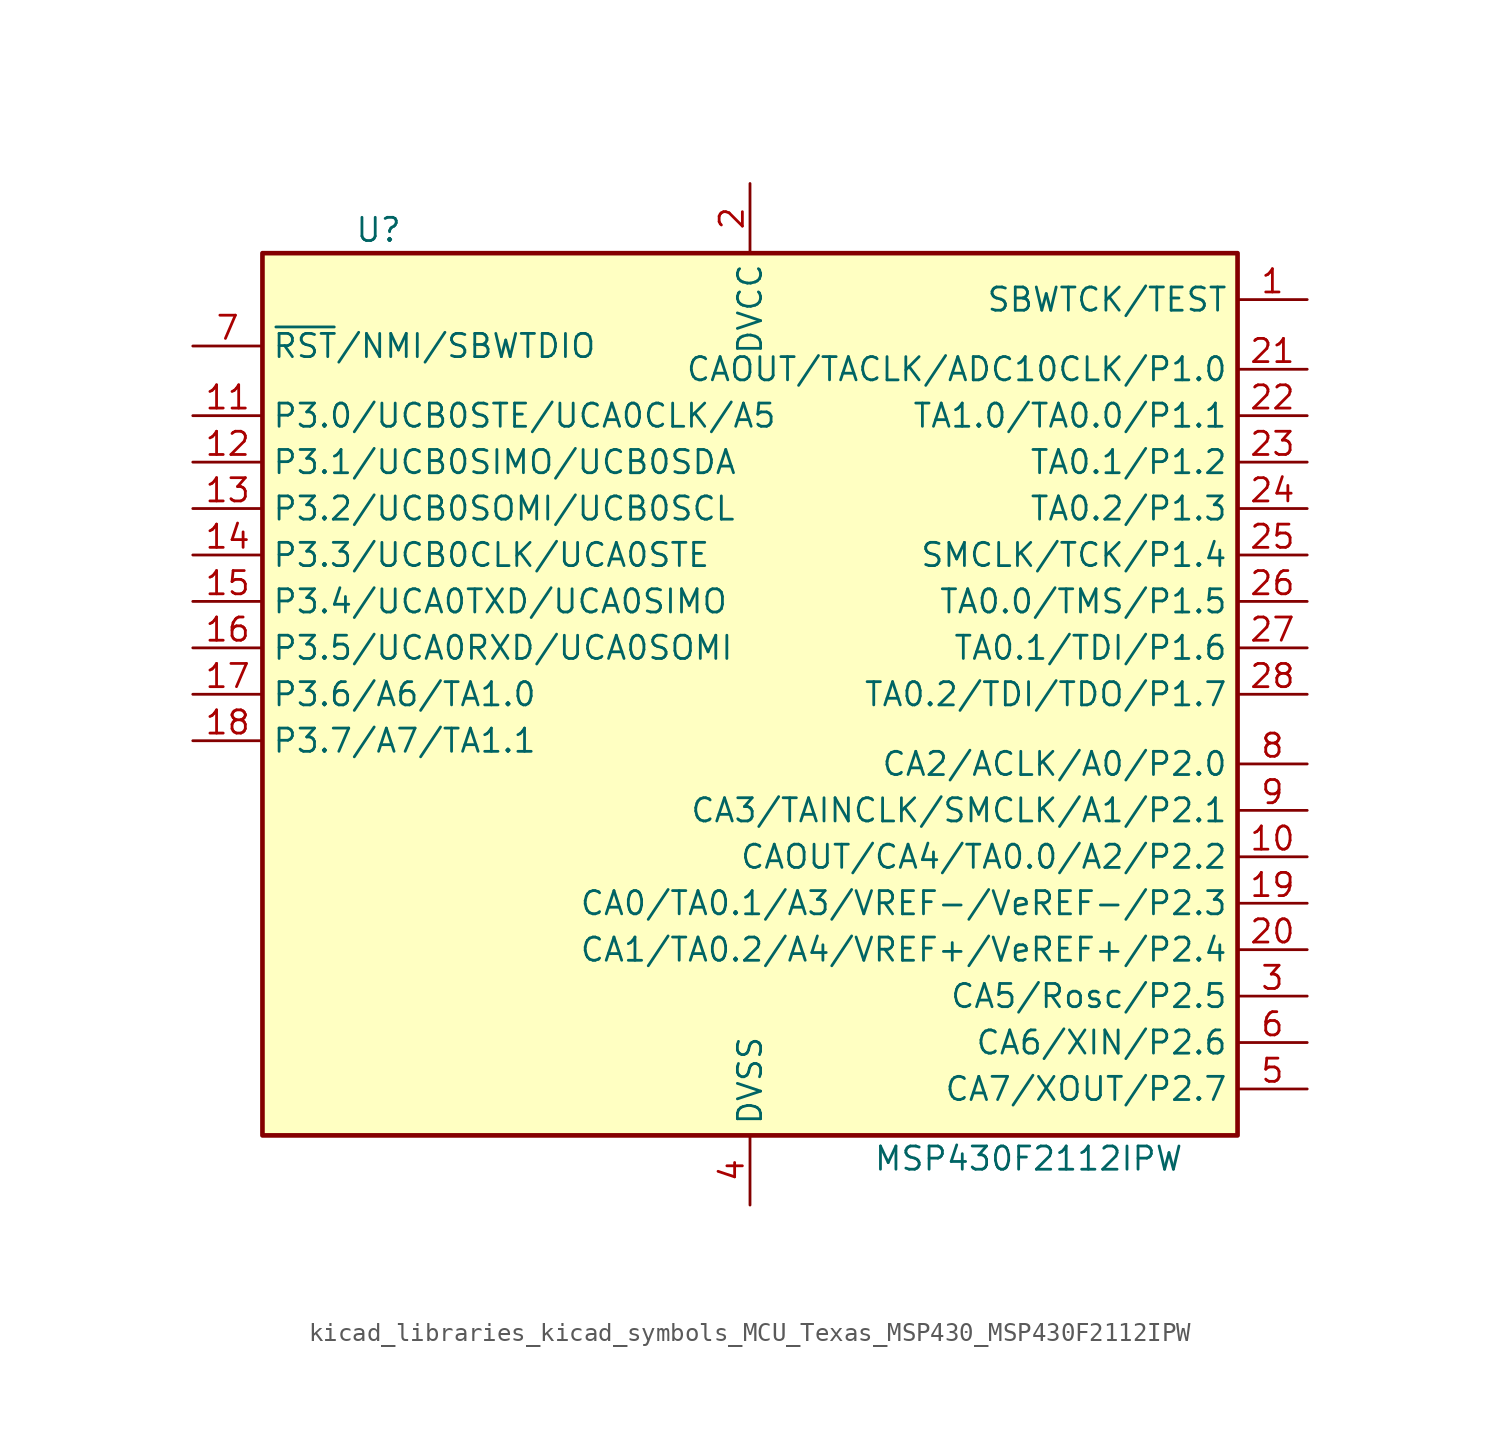
<source format=kicad_sym>
(kicad_symbol_lib
  (version 20220914)
  (generator kicad_symbol_editor)
  (symbol "kicad_libraries_kicad_symbols_MCU_Texas_MSP430_MSP430F2112IPW"
    (property "Reference" "U"
      (at -20.32 25.4 0)
      (effects (font (size 1.27 1.27))))
    (property "Value" "MSP430F2112IPW"
      (at 15.24 -25.4 0)
      (effects (font (size 1.27 1.27))))
    (symbol "kicad_libraries_kicad_symbols_MCU_Texas_MSP430_MSP430F2112IPW_0_1"
      (rectangle (start -26.67 24.13) (end 26.67 -24.13) (stroke (width 0.254) (type default)) (fill (type background))))
    (symbol "kicad_libraries_kicad_symbols_MCU_Texas_MSP430_MSP430F2112IPW_1_1"
      (pin input line (at 30.48 21.59 180) (length 3.81) (name "SBWTCK/TEST" (effects (font (size 1.27 1.27)))) (number "1" (effects (font (size 1.27 1.27)))))
      (pin bidirectional line (at 30.48 -8.89 180) (length 3.81) (name "CAOUT/CA4/TA0.0/A2/P2.2" (effects (font (size 1.27 1.27)))) (number "10" (effects (font (size 1.27 1.27)))))
      (pin bidirectional line (at -30.48 15.24 0) (length 3.81) (name "P3.0/UCB0STE/UCA0CLK/A5" (effects (font (size 1.27 1.27)))) (number "11" (effects (font (size 1.27 1.27)))))
      (pin bidirectional line (at -30.48 12.7 0) (length 3.81) (name "P3.1/UCB0SIMO/UCB0SDA" (effects (font (size 1.27 1.27)))) (number "12" (effects (font (size 1.27 1.27)))))
      (pin bidirectional line (at -30.48 10.16 0) (length 3.81) (name "P3.2/UCB0SOMI/UCB0SCL" (effects (font (size 1.27 1.27)))) (number "13" (effects (font (size 1.27 1.27)))))
      (pin bidirectional line (at -30.48 7.62 0) (length 3.81) (name "P3.3/UCB0CLK/UCA0STE" (effects (font (size 1.27 1.27)))) (number "14" (effects (font (size 1.27 1.27)))))
      (pin bidirectional line (at -30.48 5.08 0) (length 3.81) (name "P3.4/UCA0TXD/UCA0SIMO" (effects (font (size 1.27 1.27)))) (number "15" (effects (font (size 1.27 1.27)))))
      (pin bidirectional line (at -30.48 2.54 0) (length 3.81) (name "P3.5/UCA0RXD/UCA0SOMI" (effects (font (size 1.27 1.27)))) (number "16" (effects (font (size 1.27 1.27)))))
      (pin bidirectional line (at -30.48 0 0) (length 3.81) (name "P3.6/A6/TA1.0" (effects (font (size 1.27 1.27)))) (number "17" (effects (font (size 1.27 1.27)))))
      (pin bidirectional line (at -30.48 -2.54 0) (length 3.81) (name "P3.7/A7/TA1.1" (effects (font (size 1.27 1.27)))) (number "18" (effects (font (size 1.27 1.27)))))
      (pin bidirectional line (at 30.48 -11.43 180) (length 3.81) (name "CA0/TA0.1/A3/VREF-/VeREF-/P2.3" (effects (font (size 1.27 1.27)))) (number "19" (effects (font (size 1.27 1.27)))))
      (pin power_in line (at 0 27.94 270) (length 3.81) (name "DVCC" (effects (font (size 1.27 1.27)))) (number "2" (effects (font (size 1.27 1.27)))))
      (pin bidirectional line (at 30.48 -13.97 180) (length 3.81) (name "CA1/TA0.2/A4/VREF+/VeREF+/P2.4" (effects (font (size 1.27 1.27)))) (number "20" (effects (font (size 1.27 1.27)))))
      (pin bidirectional line (at 30.48 17.78 180) (length 3.81) (name "CAOUT/TACLK/ADC10CLK/P1.0" (effects (font (size 1.27 1.27)))) (number "21" (effects (font (size 1.27 1.27)))))
      (pin bidirectional line (at 30.48 15.24 180) (length 3.81) (name "TA1.0/TA0.0/P1.1" (effects (font (size 1.27 1.27)))) (number "22" (effects (font (size 1.27 1.27)))))
      (pin bidirectional line (at 30.48 12.7 180) (length 3.81) (name "TA0.1/P1.2" (effects (font (size 1.27 1.27)))) (number "23" (effects (font (size 1.27 1.27)))))
      (pin bidirectional line (at 30.48 10.16 180) (length 3.81) (name "TA0.2/P1.3" (effects (font (size 1.27 1.27)))) (number "24" (effects (font (size 1.27 1.27)))))
      (pin bidirectional line (at 30.48 7.62 180) (length 3.81) (name "SMCLK/TCK/P1.4" (effects (font (size 1.27 1.27)))) (number "25" (effects (font (size 1.27 1.27)))))
      (pin bidirectional line (at 30.48 5.08 180) (length 3.81) (name "TA0.0/TMS/P1.5" (effects (font (size 1.27 1.27)))) (number "26" (effects (font (size 1.27 1.27)))))
      (pin bidirectional line (at 30.48 2.54 180) (length 3.81) (name "TA0.1/TDI/P1.6" (effects (font (size 1.27 1.27)))) (number "27" (effects (font (size 1.27 1.27)))))
      (pin bidirectional line (at 30.48 0 180) (length 3.81) (name "TA0.2/TDI/TDO/P1.7" (effects (font (size 1.27 1.27)))) (number "28" (effects (font (size 1.27 1.27)))))
      (pin bidirectional line (at 30.48 -16.51 180) (length 3.81) (name "CA5/Rosc/P2.5" (effects (font (size 1.27 1.27)))) (number "3" (effects (font (size 1.27 1.27)))))
      (pin power_in line (at 0 -27.94 90) (length 3.81) (name "DVSS" (effects (font (size 1.27 1.27)))) (number "4" (effects (font (size 1.27 1.27)))))
      (pin bidirectional line (at 30.48 -21.59 180) (length 3.81) (name "CA7/XOUT/P2.7" (effects (font (size 1.27 1.27)))) (number "5" (effects (font (size 1.27 1.27)))))
      (pin bidirectional line (at 30.48 -19.05 180) (length 3.81) (name "CA6/XIN/P2.6" (effects (font (size 1.27 1.27)))) (number "6" (effects (font (size 1.27 1.27)))))
      (pin bidirectional line (at -30.48 19.05 0) (length 3.81) (name "~{RST}/NMI/SBWTDIO" (effects (font (size 1.27 1.27)))) (number "7" (effects (font (size 1.27 1.27)))))
      (pin bidirectional line (at 30.48 -3.81 180) (length 3.81) (name "CA2/ACLK/A0/P2.0" (effects (font (size 1.27 1.27)))) (number "8" (effects (font (size 1.27 1.27)))))
      (pin bidirectional line (at 30.48 -6.35 180) (length 3.81) (name "CA3/TAINCLK/SMCLK/A1/P2.1" (effects (font (size 1.27 1.27)))) (number "9" (effects (font (size 1.27 1.27))))))))
</source>
